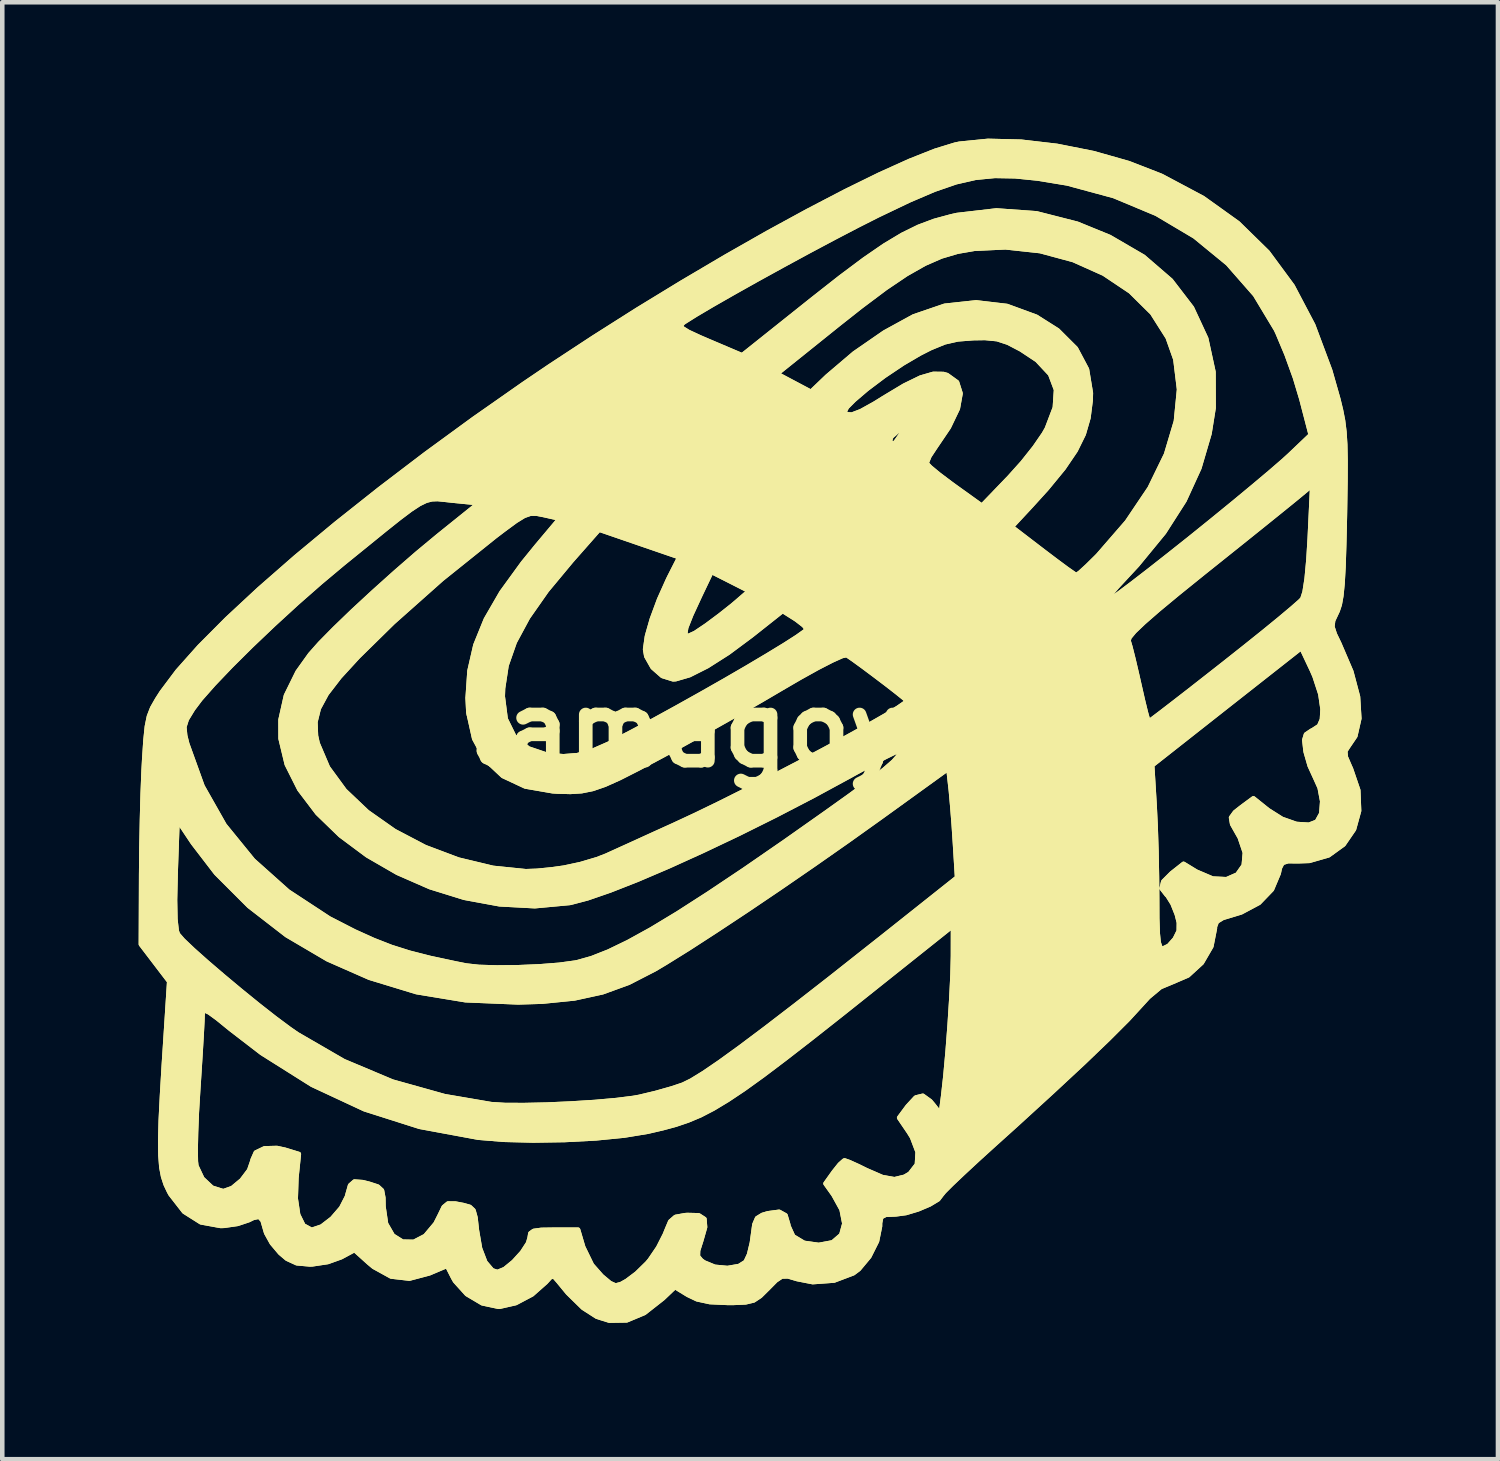
<source format=kicad_pcb>
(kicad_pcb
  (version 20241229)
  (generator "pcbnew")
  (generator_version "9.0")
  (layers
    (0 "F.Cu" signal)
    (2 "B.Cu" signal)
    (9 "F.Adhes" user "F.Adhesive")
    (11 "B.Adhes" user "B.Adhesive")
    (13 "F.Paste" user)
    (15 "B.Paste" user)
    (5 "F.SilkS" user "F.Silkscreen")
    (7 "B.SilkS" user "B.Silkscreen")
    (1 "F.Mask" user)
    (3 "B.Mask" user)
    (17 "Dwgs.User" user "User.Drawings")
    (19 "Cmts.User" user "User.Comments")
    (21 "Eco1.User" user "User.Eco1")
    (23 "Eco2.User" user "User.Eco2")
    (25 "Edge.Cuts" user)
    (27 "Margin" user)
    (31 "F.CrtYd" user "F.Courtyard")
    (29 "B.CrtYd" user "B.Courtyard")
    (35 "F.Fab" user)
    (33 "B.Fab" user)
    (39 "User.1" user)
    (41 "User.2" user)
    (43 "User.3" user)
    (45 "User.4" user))
  (footprint "tamagoyaki"
    (layer "F.Cu")
    (at 13.681 12.993)
    (property "Reference" "tamagoyaki" (at 0 0 0) (layer "F.SilkS") (effects (font (size 1.524 1.524) (thickness 0.3))))
    (attr board_only exclude_from_pos_files exclude_from_bom)
    (fp_poly (pts (xy 5.731 -12.925) (xy 6.519 -12.833) (xy 7.323 -12.673) (xy 8.098 -12.453) (xy 8.802 -12.179) (xy 8.826 -12.168) (xy 9.728 -11.688) (xy 10.499 -11.136) (xy 11.153 -10.496) (xy 11.701 -9.753) (xy 12.154 -8.892) (xy 12.526 -7.897) (xy 12.705 -7.269) (xy 12.765 -7.021) (xy 12.81 -6.791) (xy 12.84 -6.549) (xy 12.858 -6.266) (xy 12.865 -5.911) (xy 12.863 -5.455) (xy 12.854 -4.866) (xy 12.851 -4.699) (xy 12.836 -4.062) (xy 12.82 -3.571) (xy 12.799 -3.203) (xy 12.772 -2.935) (xy 12.738 -2.745) (xy 12.693 -2.609) (xy 12.671 -2.562) (xy 12.592 -2.393) (xy 12.576 -2.258) (xy 12.629 -2.093) (xy 12.729 -1.885) (xy 12.992 -1.271) (xy 13.139 -0.717) (xy 13.168 -0.239) (xy 13.08 0.148) (xy 12.92 0.384) (xy 12.859 0.48) (xy 12.871 0.609) (xy 12.963 0.823) (xy 12.983 0.865) (xy 13.145 1.34) (xy 13.163 1.792) (xy 13.051 2.198) (xy 12.822 2.532) (xy 12.491 2.771) (xy 12.069 2.892) (xy 11.841 2.9) (xy 11.6 2.899) (xy 11.477 2.938) (xy 11.42 3.049) (xy 11.395 3.168) (xy 11.246 3.521) (xy 10.962 3.816) (xy 10.57 4.025) (xy 10.423 4.07) (xy 10.165 4.148) (xy 10.035 4.228) (xy 9.992 4.34) (xy 9.991 4.379) (xy 9.913 4.774) (xy 9.704 5.134) (xy 9.399 5.413) (xy 9.047 5.564) (xy 8.795 5.669) (xy 8.53 5.89) (xy 8.372 6.063) (xy 8.081 6.38) (xy 7.658 6.803) (xy 7.105 7.334) (xy 6.42 7.971) (xy 5.605 8.716) (xy 5.143 9.132) (xy 4.775 9.466) (xy 4.455 9.763) (xy 4.202 10.003) (xy 4.037 10.168) (xy 3.979 10.239) (xy 3.905 10.337) (xy 3.716 10.451) (xy 3.463 10.558) (xy 3.197 10.638) (xy 2.973 10.668) (xy 2.752 10.677) (xy 2.652 10.728) (xy 2.626 10.858) (xy 2.625 10.932) (xy 2.559 11.258) (xy 2.389 11.597) (xy 2.158 11.874) (xy 2.037 11.964) (xy 1.614 12.124) (xy 1.146 12.158) (xy 0.804 12.091) (xy 0.602 12.031) (xy 0.466 12.034) (xy 0.335 12.121) (xy 0.161 12.297) (xy -0.009 12.465) (xy -0.154 12.561) (xy -0.33 12.603) (xy -0.597 12.615) (xy -0.728 12.615) (xy -1.117 12.597) (xy -1.398 12.536) (xy -1.599 12.44) (xy -1.885 12.265) (xy -2.149 12.516) (xy -2.558 12.837) (xy -2.946 12.999) (xy -3.329 13.005) (xy -3.601 12.92) (xy -3.906 12.724) (xy -4.241 12.396) (xy -4.443 12.15) (xy -4.542 12.036) (xy -4.619 12.045) (xy -4.728 12.164) (xy -5.028 12.429) (xy -5.387 12.619) (xy -5.738 12.699) (xy -5.766 12.7) (xy -6.122 12.624) (xy -6.461 12.423) (xy -6.721 12.135) (xy -6.764 12.059) (xy -6.896 11.799) (xy -7.288 11.965) (xy -7.726 12.081) (xy -8.127 12.035) (xy -8.511 11.823) (xy -8.62 11.732) (xy -8.932 11.451) (xy -9.227 11.61) (xy -9.522 11.716) (xy -9.861 11.767) (xy -9.913 11.769) (xy -10.203 11.743) (xy -10.418 11.644) (xy -10.569 11.516) (xy -10.751 11.3) (xy -10.874 11.078) (xy -10.889 11.029) (xy -10.954 10.803) (xy -11.031 10.718) (xy -11.161 10.746) (xy -11.261 10.795) (xy -11.506 10.877) (xy -11.806 10.92) (xy -11.879 10.922) (xy -12.311 10.843) (xy -12.681 10.609) (xy -12.979 10.226) (xy -13.011 10.168) (xy -13.086 10.009) (xy -13.142 9.837) (xy -13.181 9.633) (xy -13.201 9.373) (xy -13.203 9.241) (xy -12.428 9.241) (xy -12.424 9.501) (xy -12.413 9.601) (xy -12.281 9.881) (xy -12.067 10.082) (xy -11.82 10.16) (xy -11.819 10.16) (xy -11.622 10.09) (xy -11.415 9.918) (xy -11.249 9.698) (xy -11.176 9.486) (xy -11.176 9.474) (xy -11.103 9.309) (xy -10.912 9.217) (xy -10.64 9.21) (xy -10.464 9.248) (xy -10.158 9.342) (xy -10.212 9.866) (xy -10.227 10.322) (xy -10.174 10.677) (xy -10.058 10.912) (xy -9.886 11.006) (xy -9.864 11.007) (xy -9.656 10.937) (xy -9.427 10.761) (xy -9.225 10.527) (xy -9.099 10.281) (xy -9.086 10.232) (xy -9.029 10.031) (xy -8.934 9.948) (xy -8.753 9.961) (xy -8.607 9.998) (xy -8.421 10.059) (xy -8.33 10.143) (xy -8.3 10.304) (xy -8.297 10.493) (xy -8.241 10.875) (xy -8.091 11.136) (xy -7.877 11.27) (xy -7.629 11.275) (xy -7.377 11.144) (xy -7.15 10.873) (xy -7.057 10.689) (xy -6.97 10.508) (xy -6.876 10.431) (xy -6.715 10.432) (xy -6.541 10.465) (xy -6.398 10.505) (xy -6.317 10.581) (xy -6.273 10.739) (xy -6.242 11.018) (xy -6.173 11.418) (xy -6.057 11.721) (xy -5.905 11.9) (xy -5.789 11.938) (xy -5.631 11.873) (xy -5.434 11.712) (xy -5.246 11.505) (xy -5.114 11.302) (xy -5.08 11.184) (xy -5.064 11.087) (xy -4.992 11.034) (xy -4.824 11.011) (xy -4.548 11.007) (xy -4.016 11.007) (xy -3.904 11.387) (xy -3.712 11.782) (xy -3.497 12.026) (xy -3.313 12.18) (xy -3.192 12.235) (xy -3.07 12.203) (xy -2.944 12.132) (xy -2.725 11.967) (xy -2.495 11.742) (xy -2.437 11.673) (xy -2.252 11.401) (xy -2.103 11.107) (xy -2.076 11.038) (xy -1.987 10.826) (xy -1.872 10.726) (xy -1.665 10.688) (xy -1.616 10.684) (xy -1.363 10.69) (xy -1.237 10.771) (xy -1.223 10.95) (xy -1.306 11.242) (xy -1.377 11.465) (xy -1.381 11.591) (xy -1.309 11.679) (xy -1.247 11.725) (xy -1.01 11.823) (xy -0.729 11.85) (xy -0.473 11.806) (xy -0.329 11.715) (xy -0.253 11.552) (xy -0.191 11.294) (xy -0.171 11.148) (xy -0.136 10.892) (xy -0.077 10.754) (xy 0.04 10.682) (xy 0.16 10.646) (xy 0.407 10.613) (xy 0.546 10.69) (xy 0.608 10.898) (xy 0.611 10.924) (xy 0.715 11.153) (xy 0.953 11.296) (xy 1.278 11.342) (xy 1.584 11.285) (xy 1.775 11.121) (xy 1.843 10.872) (xy 1.782 10.561) (xy 1.604 10.238) (xy 1.428 9.991) (xy 1.609 9.737) (xy 1.741 9.571) (xy 1.837 9.486) (xy 1.847 9.483) (xy 1.949 9.519) (xy 2.15 9.61) (xy 2.322 9.695) (xy 2.676 9.849) (xy 2.944 9.897) (xy 3.169 9.842) (xy 3.283 9.774) (xy 3.439 9.572) (xy 3.455 9.297) (xy 3.332 8.972) (xy 3.26 8.856) (xy 3.048 8.544) (xy 3.233 8.294) (xy 3.413 8.099) (xy 3.567 8.061) (xy 3.731 8.179) (xy 3.796 8.256) (xy 3.963 8.469) (xy 4.016 8.066) (xy 4.065 7.627) (xy 4.114 7.087) (xy 4.159 6.499) (xy 4.196 5.918) (xy 4.222 5.396) (xy 4.232 4.987) (xy 4.232 4.974) (xy 4.233 4.318) (xy 2.603 5.617) (xy 1.805 6.253) (xy 1.124 6.79) (xy 0.544 7.24) (xy 0.053 7.611) (xy -0.365 7.912) (xy -0.725 8.152) (xy -1.04 8.342) (xy -1.326 8.49) (xy -1.598 8.604) (xy -1.869 8.696) (xy -2.154 8.773) (xy -2.469 8.846) (xy -2.498 8.852) (xy -3.003 8.935) (xy -3.623 8.996) (xy -4.307 9.032) (xy -5.001 9.043) (xy -5.652 9.027) (xy -6.209 8.981) (xy -6.215 8.98) (xy -7.5 8.742) (xy -8.713 8.356) (xy -9.867 7.818) (xy -10.974 7.121) (xy -11.663 6.591) (xy -11.948 6.359) (xy -12.129 6.227) (xy -12.228 6.181) (xy -12.269 6.211) (xy -12.276 6.281) (xy -12.281 6.428) (xy -12.296 6.712) (xy -12.319 7.1) (xy -12.348 7.559) (xy -12.372 7.927) (xy -12.402 8.421) (xy -12.42 8.87) (xy -12.428 9.241) (xy -13.203 9.241) (xy -13.205 9.037) (xy -13.194 8.602) (xy -13.166 8.049) (xy -13.125 7.355) (xy -13.109 7.112) (xy -13.008 5.545) (xy -13.631 4.728) (xy -13.627 3.753) (xy -12.882 3.753) (xy -12.874 4.174) (xy -12.845 4.433) (xy -12.819 4.508) (xy -12.706 4.638) (xy -12.484 4.849) (xy -12.181 5.119) (xy -11.823 5.426) (xy -11.437 5.748) (xy -11.048 6.064) (xy -10.683 6.35) (xy -10.369 6.584) (xy -10.195 6.705) (xy -9.173 7.297) (xy -8.101 7.748) (xy -6.95 8.07) (xy -5.927 8.245) (xy -5.629 8.264) (xy -5.208 8.266) (xy -4.708 8.255) (xy -4.173 8.231) (xy -3.647 8.198) (xy -3.175 8.156) (xy -2.802 8.109) (xy -2.673 8.086) (xy -2.308 7.999) (xy -1.948 7.897) (xy -1.71 7.817) (xy -1.525 7.726) (xy -1.258 7.562) (xy -0.903 7.32) (xy -0.454 6.995) (xy 0.098 6.581) (xy 0.757 6.075) (xy 1.532 5.471) (xy 2.428 4.763) (xy 2.645 4.592) (xy 4.322 3.26) (xy 4.275 2.498) (xy 4.248 2.09) (xy 4.216 1.687) (xy 4.187 1.362) (xy 4.18 1.299) (xy 4.131 0.862) (xy 2.637 1.941) (xy 1.914 2.457) (xy 1.167 2.98) (xy 0.419 3.495) (xy -0.305 3.984) (xy -0.981 4.431) (xy -1.583 4.821) (xy -2.088 5.135) (xy -2.328 5.278) (xy -2.904 5.574) (xy -3.479 5.783) (xy -4.098 5.918) (xy -4.806 5.989) (xy -5.334 6.005) (xy -6.492 5.957) (xy -7.569 5.779) (xy -8.605 5.463) (xy -9.525 5.058) (xy -10.426 4.528) (xy -11.254 3.887) (xy -11.977 3.164) (xy -12.488 2.498) (xy -12.827 1.99) (xy -12.869 3.175) (xy -12.882 3.753) (xy -13.627 3.753) (xy -13.625 3.19) (xy -13.619 2.604) (xy -13.607 1.991) (xy -13.591 1.405) (xy -13.571 0.901) (xy -13.558 0.665) (xy -13.53 0.238) (xy -13.5 -0.053) (xy -12.677 -0.053) (xy -12.659 0.137) (xy -12.614 0.317) (xy -12.277 1.251) (xy -11.792 2.107) (xy -11.163 2.88) (xy -10.395 3.566) (xy -9.491 4.159) (xy -8.932 4.446) (xy -8.511 4.636) (xy -8.125 4.787) (xy -7.727 4.913) (xy -7.273 5.029) (xy -6.713 5.149) (xy -6.477 5.196) (xy -6.197 5.227) (xy -5.8 5.239) (xy -5.339 5.234) (xy -4.864 5.214) (xy -4.429 5.18) (xy -4.085 5.133) (xy -4.035 5.124) (xy -3.716 5.034) (xy -3.346 4.888) (xy -2.914 4.679) (xy -2.41 4.401) (xy -1.824 4.047) (xy -1.146 3.611) (xy -0.364 3.088) (xy 0.53 2.471) (xy 1.425 1.84) (xy 1.982 1.442) (xy 2.409 1.126) (xy 2.719 0.885) (xy 2.828 0.79) (xy 8.612 0.79) (xy 8.666 1.678) (xy 8.688 2.13) (xy 8.706 2.678) (xy 8.717 3.248) (xy 8.721 3.696) (xy 8.723 4.162) (xy 8.734 4.484) (xy 8.754 4.685) (xy 8.788 4.791) (xy 8.836 4.825) (xy 8.846 4.826) (xy 8.978 4.761) (xy 9.112 4.61) (xy 9.199 4.434) (xy 9.201 4.25) (xy 9.156 4.07) (xy 9.062 3.834) (xy 8.954 3.661) (xy 8.932 3.64) (xy 8.823 3.499) (xy 8.857 3.35) (xy 9.04 3.167) (xy 9.059 3.152) (xy 9.303 2.959) (xy 9.583 3.13) (xy 9.941 3.283) (xy 10.249 3.298) (xy 10.486 3.194) (xy 10.628 2.992) (xy 10.653 2.713) (xy 10.539 2.376) (xy 10.498 2.305) (xy 10.373 2.083) (xy 10.349 1.942) (xy 10.434 1.824) (xy 10.584 1.706) (xy 10.839 1.518) (xy 11.163 1.778) (xy 11.469 1.971) (xy 11.784 2.082) (xy 12.061 2.1) (xy 12.234 2.033) (xy 12.334 1.852) (xy 12.354 1.582) (xy 12.298 1.284) (xy 12.201 1.068) (xy 12.079 0.802) (xy 11.991 0.497) (xy 11.985 0.46) (xy 11.96 0.234) (xy 11.997 0.112) (xy 12.119 0.03) (xy 12.145 0.018) (xy 12.286 -0.074) (xy 12.348 -0.218) (xy 12.361 -0.443) (xy 12.313 -0.777) (xy 12.185 -1.169) (xy 12.128 -1.299) (xy 11.895 -1.793) (xy 10.253 -0.502) (xy 8.612 0.79) (xy 2.828 0.79) (xy 2.922 0.708) (xy 3.031 0.584) (xy 3.056 0.505) (xy 3.037 0.475) (xy 2.956 0.505) (xy 2.755 0.603) (xy 2.46 0.758) (xy 2.099 0.953) (xy 1.947 1.037) (xy 1.149 1.47) (xy 0.332 1.894) (xy -0.482 2.299) (xy -1.274 2.675) (xy -2.023 3.015) (xy -2.709 3.308) (xy -3.31 3.544) (xy -3.808 3.716) (xy -4.18 3.814) (xy -4.204 3.818) (xy -4.966 3.889) (xy -5.743 3.847) (xy -6.518 3.704) (xy -7.272 3.47) (xy -7.989 3.156) (xy -8.652 2.773) (xy -9.244 2.332) (xy -9.748 1.844) (xy -10.146 1.319) (xy -10.422 0.769) (xy -10.558 0.204) (xy -10.559 -0.161) (xy -9.794 -0.161) (xy -9.782 0.141) (xy -9.745 0.308) (xy -9.519 0.839) (xy -9.148 1.346) (xy -8.652 1.817) (xy -8.056 2.236) (xy -7.381 2.59) (xy -6.651 2.865) (xy -5.888 3.048) (xy -5.165 3.122) (xy -4.919 3.113) (xy -4.589 3.08) (xy -4.326 3.043) (xy -3.962 2.965) (xy -3.598 2.857) (xy -3.394 2.778) (xy -3.172 2.677) (xy -2.837 2.525) (xy -2.432 2.34) (xy -1.998 2.143) (xy -1.905 2.101) (xy -1.437 1.883) (xy -0.911 1.628) (xy -0.347 1.346) (xy 0.235 1.05) (xy 0.817 0.747) (xy 1.378 0.45) (xy 1.899 0.169) (xy 2.36 -0.086) (xy 2.741 -0.304) (xy 3.022 -0.476) (xy 3.185 -0.589) (xy 3.217 -0.628) (xy 3.155 -0.686) (xy 2.992 -0.817) (xy 2.763 -0.995) (xy 2.503 -1.192) (xy 2.25 -1.381) (xy 2.037 -1.536) (xy 1.9 -1.63) (xy 1.892 -1.635) (xy 1.791 -1.613) (xy 1.571 -1.514) (xy 1.258 -1.353) (xy 0.878 -1.142) (xy 0.537 -0.944) (xy 0.018 -0.639) (xy -0.591 -0.29) (xy -1.232 0.071) (xy -1.845 0.41) (xy -2.159 0.58) (xy -2.688 0.862) (xy -3.1 1.071) (xy -3.425 1.217) (xy -3.694 1.31) (xy -3.938 1.359) (xy -4.186 1.375) (xy -4.469 1.367) (xy -4.572 1.361) (xy -5.176 1.256) (xy -5.669 1.025) (xy -6.045 0.673) (xy -6.299 0.205) (xy -6.428 -0.373) (xy -6.444 -0.693) (xy -6.441 -0.725) (xy -5.673 -0.725) (xy -5.609 -0.228) (xy -5.42 0.155) (xy -5.111 0.42) (xy -4.683 0.565) (xy -4.337 0.593) (xy -4.033 0.569) (xy -3.728 0.486) (xy -3.361 0.325) (xy -3.279 0.285) (xy -2.848 0.062) (xy -2.363 -0.197) (xy -1.844 -0.482) (xy -1.313 -0.779) (xy -0.789 -1.077) (xy -0.295 -1.364) (xy 0.149 -1.628) (xy 0.523 -1.856) (xy 0.67 -1.95) (xy 8.092 -1.95) (xy 8.132 -1.815) (xy 8.197 -1.557) (xy 8.276 -1.22) (xy 8.327 -0.995) (xy 8.406 -0.648) (xy 8.473 -0.373) (xy 8.52 -0.205) (xy 8.536 -0.17) (xy 8.607 -0.22) (xy 8.792 -0.36) (xy 9.074 -0.577) (xy 9.434 -0.856) (xy 9.853 -1.184) (xy 10.187 -1.446) (xy 10.644 -1.808) (xy 11.061 -2.142) (xy 11.416 -2.432) (xy 11.691 -2.663) (xy 11.865 -2.816) (xy 11.917 -2.869) (xy 11.966 -3.02) (xy 12.012 -3.317) (xy 12.051 -3.738) (xy 12.079 -4.195) (xy 12.135 -5.373) (xy 11.804 -5.099) (xy 11.647 -4.971) (xy 11.38 -4.755) (xy 11.025 -4.469) (xy 10.604 -4.131) (xy 10.139 -3.759) (xy 9.756 -3.453) (xy 9.19 -2.996) (xy 8.752 -2.633) (xy 8.432 -2.354) (xy 8.221 -2.153) (xy 8.111 -2.02) (xy 8.092 -1.95) (xy 0.67 -1.95) (xy 0.805 -2.037) (xy 0.975 -2.158) (xy 1.016 -2.203) (xy 0.951 -2.287) (xy 0.791 -2.411) (xy 0.75 -2.438) (xy 0.484 -2.606) (xy -0.202 -2.063) (xy -0.712 -1.684) (xy -1.174 -1.39) (xy -1.565 -1.193) (xy -1.867 -1.105) (xy -1.925 -1.101) (xy -2.162 -1.175) (xy -2.375 -1.362) (xy -2.514 -1.608) (xy -2.54 -1.761) (xy -2.5 -2.043) (xy -2.489 -2.085) (xy -1.662 -2.085) (xy -1.598 -2.049) (xy -1.443 -2.119) (xy -1.195 -2.286) (xy -1.177 -2.299) (xy -0.898 -2.507) (xy -0.625 -2.723) (xy -0.528 -2.805) (xy -0.252 -3.044) (xy -0.667 -3.255) (xy -1.082 -3.465) (xy -1.333 -2.939) (xy -1.527 -2.519) (xy -1.638 -2.238) (xy -1.662 -2.085) (xy -2.489 -2.085) (xy -2.392 -2.424) (xy -2.231 -2.859) (xy -2.033 -3.3) (xy -2.006 -3.355) (xy -1.787 -3.786) (xy -2.671 -4.09) (xy -3.554 -4.394) (xy -4.156 -3.711) (xy -4.704 -3.052) (xy -5.118 -2.461) (xy -5.41 -1.919) (xy -5.59 -1.405) (xy -5.667 -0.899) (xy -5.673 -0.725) (xy -6.441 -0.725) (xy -6.403 -1.286) (xy -6.273 -1.853) (xy -6.043 -2.419) (xy -5.7 -3.012) (xy -5.233 -3.655) (xy -4.926 -4.033) (xy -4.419 -4.636) (xy -4.771 -4.715) (xy -4.931 -4.746) (xy -5.063 -4.745) (xy -5.203 -4.696) (xy -5.385 -4.584) (xy -5.645 -4.393) (xy -5.842 -4.243) (xy -7.015 -3.302) (xy -8.085 -2.351) (xy -8.852 -1.598) (xy -9.261 -1.152) (xy -9.546 -0.782) (xy -9.72 -0.46) (xy -9.794 -0.161) (xy -10.559 -0.161) (xy -10.559 -0.212) (xy -10.44 -0.743) (xy -10.184 -1.263) (xy -9.91 -1.646) (xy -9.694 -1.89) (xy -9.373 -2.216) (xy -8.973 -2.602) (xy -8.52 -3.021) (xy -8.041 -3.451) (xy -7.561 -3.868) (xy -7.106 -4.246) (xy -7.043 -4.297) (xy -6.2 -4.975) (xy -6.785 -5.033) (xy -6.964 -5.053) (xy -7.106 -5.067) (xy -7.232 -5.062) (xy -7.359 -5.029) (xy -7.507 -4.957) (xy -7.695 -4.834) (xy -7.941 -4.649) (xy -8.264 -4.392) (xy -8.684 -4.051) (xy -9.186 -3.644) (xy -9.679 -3.231) (xy -10.194 -2.779) (xy -10.709 -2.307) (xy -11.201 -1.839) (xy -11.649 -1.394) (xy -12.03 -0.995) (xy -12.322 -0.664) (xy -12.487 -0.445) (xy -12.624 -0.22) (xy -12.677 -0.053) (xy -13.5 -0.053) (xy -13.499 -0.064) (xy -13.454 -0.284) (xy -13.383 -0.468) (xy -13.275 -0.658) (xy -13.173 -0.817) (xy -12.825 -1.281) (xy -12.344 -1.821) (xy -11.742 -2.426) (xy -11.033 -3.085) (xy -10.228 -3.789) (xy -9.34 -4.526) (xy -8.382 -5.286) (xy -7.367 -6.059) (xy -6.978 -6.343) (xy 2.841 -6.343) (xy 2.842 -6.341) (xy 2.899 -6.276) (xy 2.964 -6.31) (xy 3.074 -6.465) (xy 3.086 -6.483) (xy 3.229 -6.7) (xy 3.012 -6.558) (xy 2.874 -6.438) (xy 2.841 -6.343) (xy -6.978 -6.343) (xy -6.307 -6.833) (xy -6.081 -6.991) (xy 1.847 -6.991) (xy 1.883 -6.933) (xy 1.888 -6.93) (xy 2.007 -6.922) (xy 2.208 -6.999) (xy 2.513 -7.169) (xy 2.697 -7.284) (xy 3.16 -7.562) (xy 3.519 -7.737) (xy 3.798 -7.818) (xy 4.021 -7.815) (xy 4.101 -7.792) (xy 4.319 -7.635) (xy 4.397 -7.389) (xy 4.337 -7.057) (xy 4.139 -6.644) (xy 3.838 -6.199) (xy 3.712 -6.008) (xy 3.655 -5.869) (xy 3.656 -5.844) (xy 3.733 -5.763) (xy 3.915 -5.612) (xy 4.169 -5.42) (xy 4.276 -5.342) (xy 4.868 -4.917) (xy 5.473 -5.546) (xy 5.761 -5.867) (xy 6.027 -6.202) (xy 6.232 -6.5) (xy 6.298 -6.617) (xy 6.473 -7.077) (xy 6.499 -7.47) (xy 6.37 -7.813) (xy 6.081 -8.122) (xy 5.728 -8.356) (xy 5.441 -8.506) (xy 5.203 -8.584) (xy 4.936 -8.61) (xy 4.679 -8.606) (xy 4.336 -8.579) (xy 4.046 -8.513) (xy 3.737 -8.386) (xy 3.503 -8.267) (xy 3.131 -8.049) (xy 2.719 -7.773) (xy 2.351 -7.496) (xy 2.327 -7.477) (xy 2.052 -7.242) (xy 1.898 -7.087) (xy 1.847 -6.991) (xy -6.081 -6.991) (xy -5.214 -7.598) (xy -4.885 -7.821) (xy 0.358 -7.821) (xy 0.733 -7.622) (xy 1.108 -7.423) (xy 1.464 -7.764) (xy 2.06 -8.271) (xy 2.724 -8.73) (xy 3.366 -9.082) (xy 4.049 -9.316) (xy 4.741 -9.391) (xy 5.419 -9.311) (xy 6.06 -9.076) (xy 6.533 -8.777) (xy 6.934 -8.377) (xy 7.177 -7.919) (xy 7.263 -7.399) (xy 7.259 -7.239) (xy 7.21 -6.852) (xy 7.106 -6.493) (xy 6.929 -6.134) (xy 6.665 -5.745) (xy 6.298 -5.298) (xy 5.957 -4.922) (xy 5.522 -4.454) (xy 6.211 -3.926) (xy 6.503 -3.705) (xy 6.742 -3.528) (xy 6.9 -3.418) (xy 6.946 -3.392) (xy 7.022 -3.446) (xy 7.182 -3.592) (xy 7.394 -3.801) (xy 7.423 -3.831) (xy 8.058 -4.563) (xy 8.558 -5.306) (xy 8.919 -6.048) (xy 9.136 -6.776) (xy 9.205 -7.477) (xy 9.124 -8.141) (xy 8.955 -8.618) (xy 8.612 -9.159) (xy 8.135 -9.631) (xy 7.548 -10.024) (xy 6.878 -10.324) (xy 6.149 -10.521) (xy 5.386 -10.604) (xy 4.704 -10.572) (xy 4.332 -10.508) (xy 3.974 -10.402) (xy 3.606 -10.241) (xy 3.205 -10.013) (xy 2.747 -9.704) (xy 2.208 -9.3) (xy 1.724 -8.918) (xy 0.358 -7.821) (xy -4.885 -7.821) (xy -4.637 -7.989) (xy -3.682 -8.616) (xy -3.255 -8.887) (xy -1.754 -8.887) (xy -1.724 -8.825) (xy -1.591 -8.742) (xy -1.335 -8.623) (xy -1.128 -8.534) (xy -0.406 -8.227) (xy 1.131 -9.453) (xy 1.757 -9.945) (xy 2.281 -10.337) (xy 2.726 -10.643) (xy 3.116 -10.877) (xy 3.474 -11.053) (xy 3.824 -11.184) (xy 4.19 -11.283) (xy 4.318 -11.312) (xy 5.186 -11.413) (xy 6.065 -11.35) (xy 6.963 -11.121) (xy 7.675 -10.83) (xy 8.42 -10.396) (xy 9.025 -9.874) (xy 9.487 -9.272) (xy 9.8 -8.598) (xy 9.96 -7.862) (xy 9.963 -7.071) (xy 9.873 -6.507) (xy 9.65 -5.748) (xy 9.323 -5.033) (xy 8.874 -4.331) (xy 8.286 -3.615) (xy 8.054 -3.365) (xy 7.827 -3.12) (xy 7.666 -2.927) (xy 7.59 -2.813) (xy 7.593 -2.794) (xy 7.68 -2.845) (xy 7.88 -2.989) (xy 8.175 -3.211) (xy 8.547 -3.498) (xy 8.977 -3.836) (xy 9.423 -4.19) (xy 9.92 -4.591) (xy 10.4 -4.983) (xy 10.838 -5.346) (xy 11.21 -5.659) (xy 11.492 -5.903) (xy 11.634 -6.032) (xy 12.101 -6.477) (xy 11.895 -7.269) (xy 11.755 -7.735) (xy 11.569 -8.249) (xy 11.374 -8.714) (xy 11.337 -8.793) (xy 10.876 -9.559) (xy 10.275 -10.245) (xy 9.548 -10.841) (xy 8.708 -11.34) (xy 7.77 -11.732) (xy 6.747 -12.009) (xy 6.102 -12.116) (xy 5.599 -12.167) (xy 5.153 -12.175) (xy 4.73 -12.134) (xy 4.296 -12.035) (xy 3.818 -11.87) (xy 3.264 -11.633) (xy 2.599 -11.315) (xy 2.582 -11.307) (xy 2.137 -11.082) (xy 1.623 -10.814) (xy 1.065 -10.517) (xy 0.492 -10.206) (xy -0.071 -9.896) (xy -0.595 -9.602) (xy -1.055 -9.339) (xy -1.424 -9.121) (xy -1.673 -8.964) (xy -1.704 -8.943) (xy -1.754 -8.887) (xy -3.255 -8.887) (xy -2.711 -9.232) (xy -1.738 -9.826) (xy -0.779 -10.392) (xy 0.152 -10.922) (xy 1.038 -11.405) (xy 1.865 -11.836) (xy 2.617 -12.205) (xy 3.28 -12.504) (xy 3.838 -12.725) (xy 4.277 -12.86) (xy 4.372 -12.88) (xy 5 -12.943)) (stroke (width 0) (type solid)) (fill yes) (layer "F.SilkS"))
    (fp_poly (pts (xy 5.731 -12.925) (xy 6.519 -12.833) (xy 7.323 -12.673) (xy 8.098 -12.453) (xy 8.802 -12.179) (xy 8.826 -12.168) (xy 9.728 -11.688) (xy 10.499 -11.136) (xy 11.153 -10.496) (xy 11.701 -9.753) (xy 12.154 -8.892) (xy 12.526 -7.897) (xy 12.705 -7.269) (xy 12.765 -7.021) (xy 12.81 -6.791) (xy 12.84 -6.549) (xy 12.858 -6.266) (xy 12.865 -5.911) (xy 12.863 -5.455) (xy 12.854 -4.866) (xy 12.851 -4.699) (xy 12.836 -4.062) (xy 12.82 -3.571) (xy 12.799 -3.203) (xy 12.772 -2.935) (xy 12.738 -2.745) (xy 12.693 -2.609) (xy 12.671 -2.562) (xy 12.592 -2.393) (xy 12.576 -2.258) (xy 12.629 -2.093) (xy 12.729 -1.885) (xy 12.992 -1.271) (xy 13.139 -0.717) (xy 13.168 -0.239) (xy 13.08 0.148) (xy 12.92 0.384) (xy 12.859 0.48) (xy 12.871 0.609) (xy 12.963 0.823) (xy 12.983 0.865) (xy 13.145 1.34) (xy 13.163 1.792) (xy 13.051 2.198) (xy 12.822 2.532) (xy 12.491 2.771) (xy 12.069 2.892) (xy 11.841 2.9) (xy 11.6 2.899) (xy 11.477 2.938) (xy 11.42 3.049) (xy 11.395 3.168) (xy 11.246 3.521) (xy 10.962 3.816) (xy 10.57 4.025) (xy 10.423 4.07) (xy 10.165 4.148) (xy 10.035 4.228) (xy 9.992 4.34) (xy 9.991 4.379) (xy 9.913 4.774) (xy 9.704 5.134) (xy 9.399 5.413) (xy 9.047 5.564) (xy 8.795 5.669) (xy 8.53 5.89) (xy 8.372 6.063) (xy 8.081 6.38) (xy 7.658 6.803) (xy 7.105 7.334) (xy 6.42 7.971) (xy 5.605 8.716) (xy 5.143 9.132) (xy 4.775 9.466) (xy 4.455 9.763) (xy 4.202 10.003) (xy 4.037 10.168) (xy 3.979 10.239) (xy 3.905 10.337) (xy 3.716 10.451) (xy 3.463 10.558) (xy 3.197 10.638) (xy 2.973 10.668) (xy 2.752 10.677) (xy 2.652 10.728) (xy 2.626 10.858) (xy 2.625 10.932) (xy 2.559 11.258) (xy 2.389 11.597) (xy 2.158 11.874) (xy 2.037 11.964) (xy 1.614 12.124) (xy 1.146 12.158) (xy 0.804 12.091) (xy 0.602 12.031) (xy 0.466 12.034) (xy 0.335 12.121) (xy 0.161 12.297) (xy -0.009 12.465) (xy -0.154 12.561) (xy -0.33 12.603) (xy -0.597 12.615) (xy -0.728 12.615) (xy -1.117 12.597) (xy -1.398 12.536) (xy -1.599 12.44) (xy -1.885 12.265) (xy -2.149 12.516) (xy -2.558 12.837) (xy -2.946 12.999) (xy -3.329 13.005) (xy -3.601 12.92) (xy -3.906 12.724) (xy -4.241 12.396) (xy -4.443 12.15) (xy -4.542 12.036) (xy -4.619 12.045) (xy -4.728 12.164) (xy -5.028 12.429) (xy -5.387 12.619) (xy -5.738 12.699) (xy -5.766 12.7) (xy -6.122 12.624) (xy -6.461 12.423) (xy -6.721 12.135) (xy -6.764 12.059) (xy -6.896 11.799) (xy -7.288 11.965) (xy -7.726 12.081) (xy -8.127 12.035) (xy -8.511 11.823) (xy -8.62 11.732) (xy -8.932 11.451) (xy -9.227 11.61) (xy -9.522 11.716) (xy -9.861 11.767) (xy -9.913 11.769) (xy -10.203 11.743) (xy -10.418 11.644) (xy -10.569 11.516) (xy -10.751 11.3) (xy -10.874 11.078) (xy -10.889 11.029) (xy -10.954 10.803) (xy -11.031 10.718) (xy -11.161 10.746) (xy -11.261 10.795) (xy -11.506 10.877) (xy -11.806 10.92) (xy -11.879 10.922) (xy -12.311 10.843) (xy -12.681 10.609) (xy -12.979 10.226) (xy -13.011 10.168) (xy -13.086 10.009) (xy -13.142 9.837) (xy -13.181 9.633) (xy -13.201 9.373) (xy -13.203 9.241) (xy -12.428 9.241) (xy -12.424 9.501) (xy -12.413 9.601) (xy -12.281 9.881) (xy -12.067 10.082) (xy -11.82 10.16) (xy -11.819 10.16) (xy -11.622 10.09) (xy -11.415 9.918) (xy -11.249 9.698) (xy -11.176 9.486) (xy -11.176 9.474) (xy -11.103 9.309) (xy -10.912 9.217) (xy -10.64 9.21) (xy -10.464 9.248) (xy -10.158 9.342) (xy -10.212 9.866) (xy -10.227 10.322) (xy -10.174 10.677) (xy -10.058 10.912) (xy -9.886 11.006) (xy -9.864 11.007) (xy -9.656 10.937) (xy -9.427 10.761) (xy -9.225 10.527) (xy -9.099 10.281) (xy -9.086 10.232) (xy -9.029 10.031) (xy -8.934 9.948) (xy -8.753 9.961) (xy -8.607 9.998) (xy -8.421 10.059) (xy -8.33 10.143) (xy -8.3 10.304) (xy -8.297 10.493) (xy -8.241 10.875) (xy -8.091 11.136) (xy -7.877 11.27) (xy -7.629 11.275) (xy -7.377 11.144) (xy -7.15 10.873) (xy -7.057 10.689) (xy -6.97 10.508) (xy -6.876 10.431) (xy -6.715 10.432) (xy -6.541 10.465) (xy -6.398 10.505) (xy -6.317 10.581) (xy -6.273 10.739) (xy -6.242 11.018) (xy -6.173 11.418) (xy -6.057 11.721) (xy -5.905 11.9) (xy -5.789 11.938) (xy -5.631 11.873) (xy -5.434 11.712) (xy -5.246 11.505) (xy -5.114 11.302) (xy -5.08 11.184) (xy -5.064 11.087) (xy -4.992 11.034) (xy -4.824 11.011) (xy -4.548 11.007) (xy -4.016 11.007) (xy -3.904 11.387) (xy -3.712 11.782) (xy -3.497 12.026) (xy -3.313 12.18) (xy -3.192 12.235) (xy -3.07 12.203) (xy -2.944 12.132) (xy -2.725 11.967) (xy -2.495 11.742) (xy -2.437 11.673) (xy -2.252 11.401) (xy -2.103 11.107) (xy -2.076 11.038) (xy -1.987 10.826) (xy -1.872 10.726) (xy -1.665 10.688) (xy -1.616 10.684) (xy -1.363 10.69) (xy -1.237 10.771) (xy -1.223 10.95) (xy -1.306 11.242) (xy -1.377 11.465) (xy -1.381 11.591) (xy -1.309 11.679) (xy -1.247 11.725) (xy -1.01 11.823) (xy -0.729 11.85) (xy -0.473 11.806) (xy -0.329 11.715) (xy -0.253 11.552) (xy -0.191 11.294) (xy -0.171 11.148) (xy -0.136 10.892) (xy -0.077 10.754) (xy 0.04 10.682) (xy 0.16 10.646) (xy 0.407 10.613) (xy 0.546 10.69) (xy 0.608 10.898) (xy 0.611 10.924) (xy 0.715 11.153) (xy 0.953 11.296) (xy 1.278 11.342) (xy 1.584 11.285) (xy 1.775 11.121) (xy 1.843 10.872) (xy 1.782 10.561) (xy 1.604 10.238) (xy 1.428 9.991) (xy 1.609 9.737) (xy 1.741 9.571) (xy 1.837 9.486) (xy 1.847 9.483) (xy 1.949 9.519) (xy 2.15 9.61) (xy 2.322 9.695) (xy 2.676 9.849) (xy 2.944 9.897) (xy 3.169 9.842) (xy 3.283 9.774) (xy 3.439 9.572) (xy 3.455 9.297) (xy 3.332 8.972) (xy 3.26 8.856) (xy 3.048 8.544) (xy 3.233 8.294) (xy 3.413 8.099) (xy 3.567 8.061) (xy 3.731 8.179) (xy 3.796 8.256) (xy 3.963 8.469) (xy 4.016 8.066) (xy 4.065 7.627) (xy 4.114 7.087) (xy 4.159 6.499) (xy 4.196 5.918) (xy 4.222 5.396) (xy 4.232 4.987) (xy 4.232 4.974) (xy 4.233 4.318) (xy 2.603 5.617) (xy 1.805 6.253) (xy 1.124 6.79) (xy 0.544 7.24) (xy 0.053 7.611) (xy -0.365 7.912) (xy -0.725 8.152) (xy -1.04 8.342) (xy -1.326 8.49) (xy -1.598 8.604) (xy -1.869 8.696) (xy -2.154 8.773) (xy -2.469 8.846) (xy -2.498 8.852) (xy -3.003 8.935) (xy -3.623 8.996) (xy -4.307 9.032) (xy -5.001 9.043) (xy -5.652 9.027) (xy -6.209 8.981) (xy -6.215 8.98) (xy -7.5 8.742) (xy -8.713 8.356) (xy -9.867 7.818) (xy -10.974 7.121) (xy -11.663 6.591) (xy -11.948 6.359) (xy -12.129 6.227) (xy -12.228 6.181) (xy -12.269 6.211) (xy -12.276 6.281) (xy -12.281 6.428) (xy -12.296 6.712) (xy -12.319 7.1) (xy -12.348 7.559) (xy -12.372 7.927) (xy -12.402 8.421) (xy -12.42 8.87) (xy -12.428 9.241) (xy -13.203 9.241) (xy -13.205 9.037) (xy -13.194 8.602) (xy -13.166 8.049) (xy -13.125 7.355) (xy -13.109 7.112) (xy -13.008 5.545) (xy -13.631 4.728) (xy -13.627 3.753) (xy -12.882 3.753) (xy -12.874 4.174) (xy -12.845 4.433) (xy -12.819 4.508) (xy -12.706 4.638) (xy -12.484 4.849) (xy -12.181 5.119) (xy -11.823 5.426) (xy -11.437 5.748) (xy -11.048 6.064) (xy -10.683 6.35) (xy -10.369 6.584) (xy -10.195 6.705) (xy -9.173 7.297) (xy -8.101 7.748) (xy -6.95 8.07) (xy -5.927 8.245) (xy -5.629 8.264) (xy -5.208 8.266) (xy -4.708 8.255) (xy -4.173 8.231) (xy -3.647 8.198) (xy -3.175 8.156) (xy -2.802 8.109) (xy -2.673 8.086) (xy -2.308 7.999) (xy -1.948 7.897) (xy -1.71 7.817) (xy -1.525 7.726) (xy -1.258 7.562) (xy -0.903 7.32) (xy -0.454 6.995) (xy 0.098 6.581) (xy 0.757 6.075) (xy 1.532 5.471) (xy 2.428 4.763) (xy 2.645 4.592) (xy 4.322 3.26) (xy 4.275 2.498) (xy 4.248 2.09) (xy 4.216 1.687) (xy 4.187 1.362) (xy 4.18 1.299) (xy 4.131 0.862) (xy 2.637 1.941) (xy 1.914 2.457) (xy 1.167 2.98) (xy 0.419 3.495) (xy -0.305 3.984) (xy -0.981 4.431) (xy -1.583 4.821) (xy -2.088 5.135) (xy -2.328 5.278) (xy -2.904 5.574) (xy -3.479 5.783) (xy -4.098 5.918) (xy -4.806 5.989) (xy -5.334 6.005) (xy -6.492 5.957) (xy -7.569 5.779) (xy -8.605 5.463) (xy -9.525 5.058) (xy -10.426 4.528) (xy -11.254 3.887) (xy -11.977 3.164) (xy -12.488 2.498) (xy -12.827 1.99) (xy -12.869 3.175) (xy -12.882 3.753) (xy -13.627 3.753) (xy -13.625 3.19) (xy -13.619 2.604) (xy -13.607 1.991) (xy -13.591 1.405) (xy -13.571 0.901) (xy -13.558 0.665) (xy -13.53 0.238) (xy -13.5 -0.053) (xy -12.677 -0.053) (xy -12.659 0.137) (xy -12.614 0.317) (xy -12.277 1.251) (xy -11.792 2.107) (xy -11.163 2.88) (xy -10.395 3.566) (xy -9.491 4.159) (xy -8.932 4.446) (xy -8.511 4.636) (xy -8.125 4.787) (xy -7.727 4.913) (xy -7.273 5.029) (xy -6.713 5.149) (xy -6.477 5.196) (xy -6.197 5.227) (xy -5.8 5.239) (xy -5.339 5.234) (xy -4.864 5.214) (xy -4.429 5.18) (xy -4.085 5.133) (xy -4.035 5.124) (xy -3.716 5.034) (xy -3.346 4.888) (xy -2.914 4.679) (xy -2.41 4.401) (xy -1.824 4.047) (xy -1.146 3.611) (xy -0.364 3.088) (xy 0.53 2.471) (xy 1.425 1.84) (xy 1.982 1.442) (xy 2.409 1.126) (xy 2.719 0.885) (xy 2.828 0.79) (xy 8.612 0.79) (xy 8.666 1.678) (xy 8.688 2.13) (xy 8.706 2.678) (xy 8.717 3.248) (xy 8.721 3.696) (xy 8.723 4.162) (xy 8.734 4.484) (xy 8.754 4.685) (xy 8.788 4.791) (xy 8.836 4.825) (xy 8.846 4.826) (xy 8.978 4.761) (xy 9.112 4.61) (xy 9.199 4.434) (xy 9.201 4.25) (xy 9.156 4.07) (xy 9.062 3.834) (xy 8.954 3.661) (xy 8.932 3.64) (xy 8.823 3.499) (xy 8.857 3.35) (xy 9.04 3.167) (xy 9.059 3.152) (xy 9.303 2.959) (xy 9.583 3.13) (xy 9.941 3.283) (xy 10.249 3.298) (xy 10.486 3.194) (xy 10.628 2.992) (xy 10.653 2.713) (xy 10.539 2.376) (xy 10.498 2.305) (xy 10.373 2.083) (xy 10.349 1.942) (xy 10.434 1.824) (xy 10.584 1.706) (xy 10.839 1.518) (xy 11.163 1.778) (xy 11.469 1.971) (xy 11.784 2.082) (xy 12.061 2.1) (xy 12.234 2.033) (xy 12.334 1.852) (xy 12.354 1.582) (xy 12.298 1.284) (xy 12.201 1.068) (xy 12.079 0.802) (xy 11.991 0.497) (xy 11.985 0.46) (xy 11.96 0.234) (xy 11.997 0.112) (xy 12.119 0.03) (xy 12.145 0.018) (xy 12.286 -0.074) (xy 12.348 -0.218) (xy 12.361 -0.443) (xy 12.313 -0.777) (xy 12.185 -1.169) (xy 12.128 -1.299) (xy 11.895 -1.793) (xy 10.253 -0.502) (xy 8.612 0.79) (xy 2.828 0.79) (xy 2.922 0.708) (xy 3.031 0.584) (xy 3.056 0.505) (xy 3.037 0.475) (xy 2.956 0.505) (xy 2.755 0.603) (xy 2.46 0.758) (xy 2.099 0.953) (xy 1.947 1.037) (xy 1.149 1.47) (xy 0.332 1.894) (xy -0.482 2.299) (xy -1.274 2.675) (xy -2.023 3.015) (xy -2.709 3.308) (xy -3.31 3.544) (xy -3.808 3.716) (xy -4.18 3.814) (xy -4.204 3.818) (xy -4.966 3.889) (xy -5.743 3.847) (xy -6.518 3.704) (xy -7.272 3.47) (xy -7.989 3.156) (xy -8.652 2.773) (xy -9.244 2.332) (xy -9.748 1.844) (xy -10.146 1.319) (xy -10.422 0.769) (xy -10.558 0.204) (xy -10.559 -0.161) (xy -9.794 -0.161) (xy -9.782 0.141) (xy -9.745 0.308) (xy -9.519 0.839) (xy -9.148 1.346) (xy -8.652 1.817) (xy -8.056 2.236) (xy -7.381 2.59) (xy -6.651 2.865) (xy -5.888 3.048) (xy -5.165 3.122) (xy -4.919 3.113) (xy -4.589 3.08) (xy -4.326 3.043) (xy -3.962 2.965) (xy -3.598 2.857) (xy -3.394 2.778) (xy -3.172 2.677) (xy -2.837 2.525) (xy -2.432 2.34) (xy -1.998 2.143) (xy -1.905 2.101) (xy -1.437 1.883) (xy -0.911 1.628) (xy -0.347 1.346) (xy 0.235 1.05) (xy 0.817 0.747) (xy 1.378 0.45) (xy 1.899 0.169) (xy 2.36 -0.086) (xy 2.741 -0.304) (xy 3.022 -0.476) (xy 3.185 -0.589) (xy 3.217 -0.628) (xy 3.155 -0.686) (xy 2.992 -0.817) (xy 2.763 -0.995) (xy 2.503 -1.192) (xy 2.25 -1.381) (xy 2.037 -1.536) (xy 1.9 -1.63) (xy 1.892 -1.635) (xy 1.791 -1.613) (xy 1.571 -1.514) (xy 1.258 -1.353) (xy 0.878 -1.142) (xy 0.537 -0.944) (xy 0.018 -0.639) (xy -0.591 -0.29) (xy -1.232 0.071) (xy -1.845 0.41) (xy -2.159 0.58) (xy -2.688 0.862) (xy -3.1 1.071) (xy -3.425 1.217) (xy -3.694 1.31) (xy -3.938 1.359) (xy -4.186 1.375) (xy -4.469 1.367) (xy -4.572 1.361) (xy -5.176 1.256) (xy -5.669 1.025) (xy -6.045 0.673) (xy -6.299 0.205) (xy -6.428 -0.373) (xy -6.444 -0.693) (xy -6.441 -0.725) (xy -5.673 -0.725) (xy -5.609 -0.228) (xy -5.42 0.155) (xy -5.111 0.42) (xy -4.683 0.565) (xy -4.337 0.593) (xy -4.033 0.569) (xy -3.728 0.486) (xy -3.361 0.325) (xy -3.279 0.285) (xy -2.848 0.062) (xy -2.363 -0.197) (xy -1.844 -0.482) (xy -1.313 -0.779) (xy -0.789 -1.077) (xy -0.295 -1.364) (xy 0.149 -1.628) (xy 0.523 -1.856) (xy 0.67 -1.95) (xy 8.092 -1.95) (xy 8.132 -1.815) (xy 8.197 -1.557) (xy 8.276 -1.22) (xy 8.327 -0.995) (xy 8.406 -0.648) (xy 8.473 -0.373) (xy 8.52 -0.205) (xy 8.536 -0.17) (xy 8.607 -0.22) (xy 8.792 -0.36) (xy 9.074 -0.577) (xy 9.434 -0.856) (xy 9.853 -1.184) (xy 10.187 -1.446) (xy 10.644 -1.808) (xy 11.061 -2.142) (xy 11.416 -2.432) (xy 11.691 -2.663) (xy 11.865 -2.816) (xy 11.917 -2.869) (xy 11.966 -3.02) (xy 12.012 -3.317) (xy 12.051 -3.738) (xy 12.079 -4.195) (xy 12.135 -5.373) (xy 11.804 -5.099) (xy 11.647 -4.971) (xy 11.38 -4.755) (xy 11.025 -4.469) (xy 10.604 -4.131) (xy 10.139 -3.759) (xy 9.756 -3.453) (xy 9.19 -2.996) (xy 8.752 -2.633) (xy 8.432 -2.354) (xy 8.221 -2.153) (xy 8.111 -2.02) (xy 8.092 -1.95) (xy 0.67 -1.95) (xy 0.805 -2.037) (xy 0.975 -2.158) (xy 1.016 -2.203) (xy 0.951 -2.287) (xy 0.791 -2.411) (xy 0.75 -2.438) (xy 0.484 -2.606) (xy -0.202 -2.063) (xy -0.712 -1.684) (xy -1.174 -1.39) (xy -1.565 -1.193) (xy -1.867 -1.105) (xy -1.925 -1.101) (xy -2.162 -1.175) (xy -2.375 -1.362) (xy -2.514 -1.608) (xy -2.54 -1.761) (xy -2.5 -2.043) (xy -2.489 -2.085) (xy -1.662 -2.085) (xy -1.598 -2.049) (xy -1.443 -2.119) (xy -1.195 -2.286) (xy -1.177 -2.299) (xy -0.898 -2.507) (xy -0.625 -2.723) (xy -0.528 -2.805) (xy -0.252 -3.044) (xy -0.667 -3.255) (xy -1.082 -3.465) (xy -1.333 -2.939) (xy -1.527 -2.519) (xy -1.638 -2.238) (xy -1.662 -2.085) (xy -2.489 -2.085) (xy -2.392 -2.424) (xy -2.231 -2.859) (xy -2.033 -3.3) (xy -2.006 -3.355) (xy -1.787 -3.786) (xy -2.671 -4.09) (xy -3.554 -4.394) (xy -4.156 -3.711) (xy -4.704 -3.052) (xy -5.118 -2.461) (xy -5.41 -1.919) (xy -5.59 -1.405) (xy -5.667 -0.899) (xy -5.673 -0.725) (xy -6.441 -0.725) (xy -6.403 -1.286) (xy -6.273 -1.853) (xy -6.043 -2.419) (xy -5.7 -3.012) (xy -5.233 -3.655) (xy -4.926 -4.033) (xy -4.419 -4.636) (xy -4.771 -4.715) (xy -4.931 -4.746) (xy -5.063 -4.745) (xy -5.203 -4.696) (xy -5.385 -4.584) (xy -5.645 -4.393) (xy -5.842 -4.243) (xy -7.015 -3.302) (xy -8.085 -2.351) (xy -8.852 -1.598) (xy -9.261 -1.152) (xy -9.546 -0.782) (xy -9.72 -0.46) (xy -9.794 -0.161) (xy -10.559 -0.161) (xy -10.559 -0.212) (xy -10.44 -0.743) (xy -10.184 -1.263) (xy -9.91 -1.646) (xy -9.694 -1.89) (xy -9.373 -2.216) (xy -8.973 -2.602) (xy -8.52 -3.021) (xy -8.041 -3.451) (xy -7.561 -3.868) (xy -7.106 -4.246) (xy -7.043 -4.297) (xy -6.2 -4.975) (xy -6.785 -5.033) (xy -6.964 -5.053) (xy -7.106 -5.067) (xy -7.232 -5.062) (xy -7.359 -5.029) (xy -7.507 -4.957) (xy -7.695 -4.834) (xy -7.941 -4.649) (xy -8.264 -4.392) (xy -8.684 -4.051) (xy -9.186 -3.644) (xy -9.679 -3.231) (xy -10.194 -2.779) (xy -10.709 -2.307) (xy -11.201 -1.839) (xy -11.649 -1.394) (xy -12.03 -0.995) (xy -12.322 -0.664) (xy -12.487 -0.445) (xy -12.624 -0.22) (xy -12.677 -0.053) (xy -13.5 -0.053) (xy -13.499 -0.064) (xy -13.454 -0.284) (xy -13.383 -0.468) (xy -13.275 -0.658) (xy -13.173 -0.817) (xy -12.825 -1.281) (xy -12.344 -1.821) (xy -11.742 -2.426) (xy -11.033 -3.085) (xy -10.228 -3.789) (xy -9.34 -4.526) (xy -8.382 -5.286) (xy -7.367 -6.059) (xy -6.978 -6.343) (xy 2.841 -6.343) (xy 2.842 -6.341) (xy 2.899 -6.276) (xy 2.964 -6.31) (xy 3.074 -6.465) (xy 3.086 -6.483) (xy 3.229 -6.7) (xy 3.012 -6.558) (xy 2.874 -6.438) (xy 2.841 -6.343) (xy -6.978 -6.343) (xy -6.307 -6.833) (xy -6.081 -6.991) (xy 1.847 -6.991) (xy 1.883 -6.933) (xy 1.888 -6.93) (xy 2.007 -6.922) (xy 2.208 -6.999) (xy 2.513 -7.169) (xy 2.697 -7.284) (xy 3.16 -7.562) (xy 3.519 -7.737) (xy 3.798 -7.818) (xy 4.021 -7.815) (xy 4.101 -7.792) (xy 4.319 -7.635) (xy 4.397 -7.389) (xy 4.337 -7.057) (xy 4.139 -6.644) (xy 3.838 -6.199) (xy 3.712 -6.008) (xy 3.655 -5.869) (xy 3.656 -5.844) (xy 3.733 -5.763) (xy 3.915 -5.612) (xy 4.169 -5.42) (xy 4.276 -5.342) (xy 4.868 -4.917) (xy 5.473 -5.546) (xy 5.761 -5.867) (xy 6.027 -6.202) (xy 6.232 -6.5) (xy 6.298 -6.617) (xy 6.473 -7.077) (xy 6.499 -7.47) (xy 6.37 -7.813) (xy 6.081 -8.122) (xy 5.728 -8.356) (xy 5.441 -8.506) (xy 5.203 -8.584) (xy 4.936 -8.61) (xy 4.679 -8.606) (xy 4.336 -8.579) (xy 4.046 -8.513) (xy 3.737 -8.386) (xy 3.503 -8.267) (xy 3.131 -8.049) (xy 2.719 -7.773) (xy 2.351 -7.496) (xy 2.327 -7.477) (xy 2.052 -7.242) (xy 1.898 -7.087) (xy 1.847 -6.991) (xy -6.081 -6.991) (xy -5.214 -7.598) (xy -4.885 -7.821) (xy 0.358 -7.821) (xy 0.733 -7.622) (xy 1.108 -7.423) (xy 1.464 -7.764) (xy 2.06 -8.271) (xy 2.724 -8.73) (xy 3.366 -9.082) (xy 4.049 -9.316) (xy 4.741 -9.391) (xy 5.419 -9.311) (xy 6.06 -9.076) (xy 6.533 -8.777) (xy 6.934 -8.377) (xy 7.177 -7.919) (xy 7.263 -7.399) (xy 7.259 -7.239) (xy 7.21 -6.852) (xy 7.106 -6.493) (xy 6.929 -6.134) (xy 6.665 -5.745) (xy 6.298 -5.298) (xy 5.957 -4.922) (xy 5.522 -4.454) (xy 6.211 -3.926) (xy 6.503 -3.705) (xy 6.742 -3.528) (xy 6.9 -3.418) (xy 6.946 -3.392) (xy 7.022 -3.446) (xy 7.182 -3.592) (xy 7.394 -3.801) (xy 7.423 -3.831) (xy 8.058 -4.563) (xy 8.558 -5.306) (xy 8.919 -6.048) (xy 9.136 -6.776) (xy 9.205 -7.477) (xy 9.124 -8.141) (xy 8.955 -8.618) (xy 8.612 -9.159) (xy 8.135 -9.631) (xy 7.548 -10.024) (xy 6.878 -10.324) (xy 6.149 -10.521) (xy 5.386 -10.604) (xy 4.704 -10.572) (xy 4.332 -10.508) (xy 3.974 -10.402) (xy 3.606 -10.241) (xy 3.205 -10.013) (xy 2.747 -9.704) (xy 2.208 -9.3) (xy 1.724 -8.918) (xy 0.358 -7.821) (xy -4.885 -7.821) (xy -4.637 -7.989) (xy -3.682 -8.616) (xy -3.255 -8.887) (xy -1.754 -8.887) (xy -1.724 -8.825) (xy -1.591 -8.742) (xy -1.335 -8.623) (xy -1.128 -8.534) (xy -0.406 -8.227) (xy 1.131 -9.453) (xy 1.757 -9.945) (xy 2.281 -10.337) (xy 2.726 -10.643) (xy 3.116 -10.877) (xy 3.474 -11.053) (xy 3.824 -11.184) (xy 4.19 -11.283) (xy 4.318 -11.312) (xy 5.186 -11.413) (xy 6.065 -11.35) (xy 6.963 -11.121) (xy 7.675 -10.83) (xy 8.42 -10.396) (xy 9.025 -9.874) (xy 9.487 -9.272) (xy 9.8 -8.598) (xy 9.96 -7.862) (xy 9.963 -7.071) (xy 9.873 -6.507) (xy 9.65 -5.748) (xy 9.323 -5.033) (xy 8.874 -4.331) (xy 8.286 -3.615) (xy 8.054 -3.365) (xy 7.827 -3.12) (xy 7.666 -2.927) (xy 7.59 -2.813) (xy 7.593 -2.794) (xy 7.68 -2.845) (xy 7.88 -2.989) (xy 8.175 -3.211) (xy 8.547 -3.498) (xy 8.977 -3.836) (xy 9.423 -4.19) (xy 9.92 -4.591) (xy 10.4 -4.983) (xy 10.838 -5.346) (xy 11.21 -5.659) (xy 11.492 -5.903) (xy 11.634 -6.032) (xy 12.101 -6.477) (xy 11.895 -7.269) (xy 11.755 -7.735) (xy 11.569 -8.249) (xy 11.374 -8.714) (xy 11.337 -8.793) (xy 10.876 -9.559) (xy 10.275 -10.245) (xy 9.548 -10.841) (xy 8.708 -11.34) (xy 7.77 -11.732) (xy 6.747 -12.009) (xy 6.102 -12.116) (xy 5.599 -12.167) (xy 5.153 -12.175) (xy 4.73 -12.134) (xy 4.296 -12.035) (xy 3.818 -11.87) (xy 3.264 -11.633) (xy 2.599 -11.315) (xy 2.582 -11.307) (xy 2.137 -11.082) (xy 1.623 -10.814) (xy 1.065 -10.517) (xy 0.492 -10.206) (xy -0.071 -9.896) (xy -0.595 -9.602) (xy -1.055 -9.339) (xy -1.424 -9.121) (xy -1.673 -8.964) (xy -1.704 -8.943) (xy -1.754 -8.887) (xy -3.255 -8.887) (xy -2.711 -9.232) (xy -1.738 -9.826) (xy -0.779 -10.392) (xy 0.152 -10.922) (xy 1.038 -11.405) (xy 1.865 -11.836) (xy 2.617 -12.205) (xy 3.28 -12.504) (xy 3.838 -12.725) (xy 4.277 -12.86) (xy 4.372 -12.88) (xy 5 -12.943)) (stroke (width 0.1) (type solid)) (fill no) (layer "F.SilkS"))
    (fp_poly (pts (xy 5.731 -12.925) (xy 6.519 -12.833) (xy 7.323 -12.673) (xy 8.098 -12.453) (xy 8.802 -12.179) (xy 8.826 -12.168) (xy 9.728 -11.688) (xy 10.499 -11.136) (xy 11.153 -10.496) (xy 11.701 -9.753) (xy 12.154 -8.892) (xy 12.526 -7.897) (xy 12.705 -7.269) (xy 12.765 -7.021) (xy 12.81 -6.791) (xy 12.84 -6.549) (xy 12.858 -6.266) (xy 12.865 -5.911) (xy 12.863 -5.455) (xy 12.854 -4.866) (xy 12.851 -4.699) (xy 12.836 -4.062) (xy 12.82 -3.571) (xy 12.799 -3.203) (xy 12.772 -2.935) (xy 12.738 -2.745) (xy 12.693 -2.609) (xy 12.671 -2.562) (xy 12.592 -2.393) (xy 12.576 -2.258) (xy 12.629 -2.093) (xy 12.729 -1.885) (xy 12.992 -1.271) (xy 13.139 -0.717) (xy 13.168 -0.239) (xy 13.08 0.148) (xy 12.92 0.384) (xy 12.859 0.48) (xy 12.871 0.609) (xy 12.963 0.823) (xy 12.983 0.865) (xy 13.145 1.34) (xy 13.163 1.792) (xy 13.051 2.198) (xy 12.822 2.532) (xy 12.491 2.771) (xy 12.069 2.892) (xy 11.841 2.9) (xy 11.6 2.899) (xy 11.477 2.938) (xy 11.42 3.049) (xy 11.395 3.168) (xy 11.246 3.521) (xy 10.962 3.816) (xy 10.57 4.025) (xy 10.423 4.07) (xy 10.165 4.148) (xy 10.035 4.228) (xy 9.992 4.34) (xy 9.991 4.379) (xy 9.913 4.774) (xy 9.704 5.134) (xy 9.399 5.413) (xy 9.047 5.564) (xy 8.795 5.669) (xy 8.53 5.89) (xy 8.372 6.063) (xy 8.081 6.38) (xy 7.658 6.803) (xy 7.105 7.334) (xy 6.42 7.971) (xy 5.605 8.716) (xy 5.143 9.132) (xy 4.775 9.466) (xy 4.455 9.763) (xy 4.202 10.003) (xy 4.037 10.168) (xy 3.979 10.239) (xy 3.905 10.337) (xy 3.716 10.451) (xy 3.463 10.558) (xy 3.197 10.638) (xy 2.973 10.668) (xy 2.752 10.677) (xy 2.652 10.728) (xy 2.626 10.858) (xy 2.625 10.932) (xy 2.559 11.258) (xy 2.389 11.597) (xy 2.158 11.874) (xy 2.037 11.964) (xy 1.614 12.124) (xy 1.146 12.158) (xy 0.804 12.091) (xy 0.602 12.031) (xy 0.466 12.034) (xy 0.335 12.121) (xy 0.161 12.297) (xy -0.009 12.465) (xy -0.154 12.561) (xy -0.33 12.603) (xy -0.597 12.615) (xy -0.728 12.615) (xy -1.117 12.597) (xy -1.398 12.536) (xy -1.599 12.44) (xy -1.885 12.265) (xy -2.149 12.516) (xy -2.558 12.837) (xy -2.946 12.999) (xy -3.329 13.005) (xy -3.601 12.92) (xy -3.906 12.724) (xy -4.241 12.396) (xy -4.443 12.15) (xy -4.542 12.036) (xy -4.619 12.045) (xy -4.728 12.164) (xy -5.028 12.429) (xy -5.387 12.619) (xy -5.738 12.699) (xy -5.766 12.7) (xy -6.122 12.624) (xy -6.461 12.423) (xy -6.721 12.135) (xy -6.764 12.059) (xy -6.896 11.799) (xy -7.288 11.965) (xy -7.726 12.081) (xy -8.127 12.035) (xy -8.511 11.823) (xy -8.62 11.732) (xy -8.932 11.451) (xy -9.227 11.61) (xy -9.522 11.716) (xy -9.861 11.767) (xy -9.913 11.769) (xy -10.203 11.743) (xy -10.418 11.644) (xy -10.569 11.516) (xy -10.751 11.3) (xy -10.874 11.078) (xy -10.889 11.029) (xy -10.954 10.803) (xy -11.031 10.718) (xy -11.161 10.746) (xy -11.261 10.795) (xy -11.506 10.877) (xy -11.806 10.92) (xy -11.879 10.922) (xy -12.311 10.843) (xy -12.681 10.609) (xy -12.979 10.226) (xy -13.011 10.168) (xy -13.086 10.009) (xy -13.142 9.837) (xy -13.181 9.633) (xy -13.201 9.373) (xy -13.203 9.241) (xy -12.428 9.241) (xy -12.424 9.501) (xy -12.413 9.601) (xy -12.281 9.881) (xy -12.067 10.082) (xy -11.82 10.16) (xy -11.819 10.16) (xy -11.622 10.09) (xy -11.415 9.918) (xy -11.249 9.698) (xy -11.176 9.486) (xy -11.176 9.474) (xy -11.103 9.309) (xy -10.912 9.217) (xy -10.64 9.21) (xy -10.464 9.248) (xy -10.158 9.342) (xy -10.212 9.866) (xy -10.227 10.322) (xy -10.174 10.677) (xy -10.058 10.912) (xy -9.886 11.006) (xy -9.864 11.007) (xy -9.656 10.937) (xy -9.427 10.761) (xy -9.225 10.527) (xy -9.099 10.281) (xy -9.086 10.232) (xy -9.029 10.031) (xy -8.934 9.948) (xy -8.753 9.961) (xy -8.607 9.998) (xy -8.421 10.059) (xy -8.33 10.143) (xy -8.3 10.304) (xy -8.297 10.493) (xy -8.241 10.875) (xy -8.091 11.136) (xy -7.877 11.27) (xy -7.629 11.275) (xy -7.377 11.144) (xy -7.15 10.873) (xy -7.057 10.689) (xy -6.97 10.508) (xy -6.876 10.431) (xy -6.715 10.432) (xy -6.541 10.465) (xy -6.398 10.505) (xy -6.317 10.581) (xy -6.273 10.739) (xy -6.242 11.018) (xy -6.173 11.418) (xy -6.057 11.721) (xy -5.905 11.9) (xy -5.789 11.938) (xy -5.631 11.873) (xy -5.434 11.712) (xy -5.246 11.505) (xy -5.114 11.302) (xy -5.08 11.184) (xy -5.064 11.087) (xy -4.992 11.034) (xy -4.824 11.011) (xy -4.548 11.007) (xy -4.016 11.007) (xy -3.904 11.387) (xy -3.712 11.782) (xy -3.497 12.026) (xy -3.313 12.18) (xy -3.192 12.235) (xy -3.07 12.203) (xy -2.944 12.132) (xy -2.725 11.967) (xy -2.495 11.742) (xy -2.437 11.673) (xy -2.252 11.401) (xy -2.103 11.107) (xy -2.076 11.038) (xy -1.987 10.826) (xy -1.872 10.726) (xy -1.665 10.688) (xy -1.616 10.684) (xy -1.363 10.69) (xy -1.237 10.771) (xy -1.223 10.95) (xy -1.306 11.242) (xy -1.377 11.465) (xy -1.381 11.591) (xy -1.309 11.679) (xy -1.247 11.725) (xy -1.01 11.823) (xy -0.729 11.85) (xy -0.473 11.806) (xy -0.329 11.715) (xy -0.253 11.552) (xy -0.191 11.294) (xy -0.171 11.148) (xy -0.136 10.892) (xy -0.077 10.754) (xy 0.04 10.682) (xy 0.16 10.646) (xy 0.407 10.613) (xy 0.546 10.69) (xy 0.608 10.898) (xy 0.611 10.924) (xy 0.715 11.153) (xy 0.953 11.296) (xy 1.278 11.342) (xy 1.584 11.285) (xy 1.775 11.121) (xy 1.843 10.872) (xy 1.782 10.561) (xy 1.604 10.238) (xy 1.428 9.991) (xy 1.609 9.737) (xy 1.741 9.571) (xy 1.837 9.486) (xy 1.847 9.483) (xy 1.949 9.519) (xy 2.15 9.61) (xy 2.322 9.695) (xy 2.676 9.849) (xy 2.944 9.897) (xy 3.169 9.842) (xy 3.283 9.774) (xy 3.439 9.572) (xy 3.455 9.297) (xy 3.332 8.972) (xy 3.26 8.856) (xy 3.048 8.544) (xy 3.233 8.294) (xy 3.413 8.099) (xy 3.567 8.061) (xy 3.731 8.179) (xy 3.796 8.256) (xy 3.963 8.469) (xy 4.016 8.066) (xy 4.065 7.627) (xy 4.114 7.087) (xy 4.159 6.499) (xy 4.196 5.918) (xy 4.222 5.396) (xy 4.232 4.987) (xy 4.232 4.974) (xy 4.233 4.318) (xy 2.603 5.617) (xy 1.805 6.253) (xy 1.124 6.79) (xy 0.544 7.24) (xy 0.053 7.611) (xy -0.365 7.912) (xy -0.725 8.152) (xy -1.04 8.342) (xy -1.326 8.49) (xy -1.598 8.604) (xy -1.869 8.696) (xy -2.154 8.773) (xy -2.469 8.846) (xy -2.498 8.852) (xy -3.003 8.935) (xy -3.623 8.996) (xy -4.307 9.032) (xy -5.001 9.043) (xy -5.652 9.027) (xy -6.209 8.981) (xy -6.215 8.98) (xy -7.5 8.742) (xy -8.713 8.356) (xy -9.867 7.818) (xy -10.974 7.121) (xy -11.663 6.591) (xy -11.948 6.359) (xy -12.129 6.227) (xy -12.228 6.181) (xy -12.269 6.211) (xy -12.276 6.281) (xy -12.281 6.428) (xy -12.296 6.712) (xy -12.319 7.1) (xy -12.348 7.559) (xy -12.372 7.927) (xy -12.402 8.421) (xy -12.42 8.87) (xy -12.428 9.241) (xy -13.203 9.241) (xy -13.205 9.037) (xy -13.194 8.602) (xy -13.166 8.049) (xy -13.125 7.355) (xy -13.109 7.112) (xy -13.008 5.545) (xy -13.631 4.728) (xy -13.627 3.753) (xy -12.882 3.753) (xy -12.874 4.174) (xy -12.845 4.433) (xy -12.819 4.508) (xy -12.706 4.638) (xy -12.484 4.849) (xy -12.181 5.119) (xy -11.823 5.426) (xy -11.437 5.748) (xy -11.048 6.064) (xy -10.683 6.35) (xy -10.369 6.584) (xy -10.195 6.705) (xy -9.173 7.297) (xy -8.101 7.748) (xy -6.95 8.07) (xy -5.927 8.245) (xy -5.629 8.264) (xy -5.208 8.266) (xy -4.708 8.255) (xy -4.173 8.231) (xy -3.647 8.198) (xy -3.175 8.156) (xy -2.802 8.109) (xy -2.673 8.086) (xy -2.308 7.999) (xy -1.948 7.897) (xy -1.71 7.817) (xy -1.525 7.726) (xy -1.258 7.562) (xy -0.903 7.32) (xy -0.454 6.995) (xy 0.098 6.581) (xy 0.757 6.075) (xy 1.532 5.471) (xy 2.428 4.763) (xy 2.645 4.592) (xy 4.322 3.26) (xy 4.275 2.498) (xy 4.248 2.09) (xy 4.216 1.687) (xy 4.187 1.362) (xy 4.18 1.299) (xy 4.131 0.862) (xy 2.637 1.941) (xy 1.914 2.457) (xy 1.167 2.98) (xy 0.419 3.495) (xy -0.305 3.984) (xy -0.981 4.431) (xy -1.583 4.821) (xy -2.088 5.135) (xy -2.328 5.278) (xy -2.904 5.574) (xy -3.479 5.783) (xy -4.098 5.918) (xy -4.806 5.989) (xy -5.334 6.005) (xy -6.492 5.957) (xy -7.569 5.779) (xy -8.605 5.463) (xy -9.525 5.058) (xy -10.426 4.528) (xy -11.254 3.887) (xy -11.977 3.164) (xy -12.488 2.498) (xy -12.827 1.99) (xy -12.869 3.175) (xy -12.882 3.753) (xy -13.627 3.753) (xy -13.625 3.19) (xy -13.619 2.604) (xy -13.607 1.991) (xy -13.591 1.405) (xy -13.571 0.901) (xy -13.558 0.665) (xy -13.53 0.238) (xy -13.5 -0.053) (xy -12.677 -0.053) (xy -12.659 0.137) (xy -12.614 0.317) (xy -12.277 1.251) (xy -11.792 2.107) (xy -11.163 2.88) (xy -10.395 3.566) (xy -9.491 4.159) (xy -8.932 4.446) (xy -8.511 4.636) (xy -8.125 4.787) (xy -7.727 4.913) (xy -7.273 5.029) (xy -6.713 5.149) (xy -6.477 5.196) (xy -6.197 5.227) (xy -5.8 5.239) (xy -5.339 5.234) (xy -4.864 5.214) (xy -4.429 5.18) (xy -4.085 5.133) (xy -4.035 5.124) (xy -3.716 5.034) (xy -3.346 4.888) (xy -2.914 4.679) (xy -2.41 4.401) (xy -1.824 4.047) (xy -1.146 3.611) (xy -0.364 3.088) (xy 0.53 2.471) (xy 1.425 1.84) (xy 1.982 1.442) (xy 2.409 1.126) (xy 2.719 0.885) (xy 2.828 0.79) (xy 8.612 0.79) (xy 8.666 1.678) (xy 8.688 2.13) (xy 8.706 2.678) (xy 8.717 3.248) (xy 8.721 3.696) (xy 8.723 4.162) (xy 8.734 4.484) (xy 8.754 4.685) (xy 8.788 4.791) (xy 8.836 4.825) (xy 8.846 4.826) (xy 8.978 4.761) (xy 9.112 4.61) (xy 9.199 4.434) (xy 9.201 4.25) (xy 9.156 4.07) (xy 9.062 3.834) (xy 8.954 3.661) (xy 8.932 3.64) (xy 8.823 3.499) (xy 8.857 3.35) (xy 9.04 3.167) (xy 9.059 3.152) (xy 9.303 2.959) (xy 9.583 3.13) (xy 9.941 3.283) (xy 10.249 3.298) (xy 10.486 3.194) (xy 10.628 2.992) (xy 10.653 2.713) (xy 10.539 2.376) (xy 10.498 2.305) (xy 10.373 2.083) (xy 10.349 1.942) (xy 10.434 1.824) (xy 10.584 1.706) (xy 10.839 1.518) (xy 11.163 1.778) (xy 11.469 1.971) (xy 11.784 2.082) (xy 12.061 2.1) (xy 12.234 2.033) (xy 12.334 1.852) (xy 12.354 1.582) (xy 12.298 1.284) (xy 12.201 1.068) (xy 12.079 0.802) (xy 11.991 0.497) (xy 11.985 0.46) (xy 11.96 0.234) (xy 11.997 0.112) (xy 12.119 0.03) (xy 12.145 0.018) (xy 12.286 -0.074) (xy 12.348 -0.218) (xy 12.361 -0.443) (xy 12.313 -0.777) (xy 12.185 -1.169) (xy 12.128 -1.299) (xy 11.895 -1.793) (xy 10.253 -0.502) (xy 8.612 0.79) (xy 2.828 0.79) (xy 2.922 0.708) (xy 3.031 0.584) (xy 3.056 0.505) (xy 3.037 0.475) (xy 2.956 0.505) (xy 2.755 0.603) (xy 2.46 0.758) (xy 2.099 0.953) (xy 1.947 1.037) (xy 1.149 1.47) (xy 0.332 1.894) (xy -0.482 2.299) (xy -1.274 2.675) (xy -2.023 3.015) (xy -2.709 3.308) (xy -3.31 3.544) (xy -3.808 3.716) (xy -4.18 3.814) (xy -4.204 3.818) (xy -4.966 3.889) (xy -5.743 3.847) (xy -6.518 3.704) (xy -7.272 3.47) (xy -7.989 3.156) (xy -8.652 2.773) (xy -9.244 2.332) (xy -9.748 1.844) (xy -10.146 1.319) (xy -10.422 0.769) (xy -10.558 0.204) (xy -10.559 -0.161) (xy -9.794 -0.161) (xy -9.782 0.141) (xy -9.745 0.308) (xy -9.519 0.839) (xy -9.148 1.346) (xy -8.652 1.817) (xy -8.056 2.236) (xy -7.381 2.59) (xy -6.651 2.865) (xy -5.888 3.048) (xy -5.165 3.122) (xy -4.919 3.113) (xy -4.589 3.08) (xy -4.326 3.043) (xy -3.962 2.965) (xy -3.598 2.857) (xy -3.394 2.778) (xy -3.172 2.677) (xy -2.837 2.525) (xy -2.432 2.34) (xy -1.998 2.143) (xy -1.905 2.101) (xy -1.437 1.883) (xy -0.911 1.628) (xy -0.347 1.346) (xy 0.235 1.05) (xy 0.817 0.747) (xy 1.378 0.45) (xy 1.899 0.169) (xy 2.36 -0.086) (xy 2.741 -0.304) (xy 3.022 -0.476) (xy 3.185 -0.589) (xy 3.217 -0.628) (xy 3.155 -0.686) (xy 2.992 -0.817) (xy 2.763 -0.995) (xy 2.503 -1.192) (xy 2.25 -1.381) (xy 2.037 -1.536) (xy 1.9 -1.63) (xy 1.892 -1.635) (xy 1.791 -1.613) (xy 1.571 -1.514) (xy 1.258 -1.353) (xy 0.878 -1.142) (xy 0.537 -0.944) (xy 0.018 -0.639) (xy -0.591 -0.29) (xy -1.232 0.071) (xy -1.845 0.41) (xy -2.159 0.58) (xy -2.688 0.862) (xy -3.1 1.071) (xy -3.425 1.217) (xy -3.694 1.31) (xy -3.938 1.359) (xy -4.186 1.375) (xy -4.469 1.367) (xy -4.572 1.361) (xy -5.176 1.256) (xy -5.669 1.025) (xy -6.045 0.673) (xy -6.299 0.205) (xy -6.428 -0.373) (xy -6.444 -0.693) (xy -6.441 -0.725) (xy -5.673 -0.725) (xy -5.609 -0.228) (xy -5.42 0.155) (xy -5.111 0.42) (xy -4.683 0.565) (xy -4.337 0.593) (xy -4.033 0.569) (xy -3.728 0.486) (xy -3.361 0.325) (xy -3.279 0.285) (xy -2.848 0.062) (xy -2.363 -0.197) (xy -1.844 -0.482) (xy -1.313 -0.779) (xy -0.789 -1.077) (xy -0.295 -1.364) (xy 0.149 -1.628) (xy 0.523 -1.856) (xy 0.67 -1.95) (xy 8.092 -1.95) (xy 8.132 -1.815) (xy 8.197 -1.557) (xy 8.276 -1.22) (xy 8.327 -0.995) (xy 8.406 -0.648) (xy 8.473 -0.373) (xy 8.52 -0.205) (xy 8.536 -0.17) (xy 8.607 -0.22) (xy 8.792 -0.36) (xy 9.074 -0.577) (xy 9.434 -0.856) (xy 9.853 -1.184) (xy 10.187 -1.446) (xy 10.644 -1.808) (xy 11.061 -2.142) (xy 11.416 -2.432) (xy 11.691 -2.663) (xy 11.865 -2.816) (xy 11.917 -2.869) (xy 11.966 -3.02) (xy 12.012 -3.317) (xy 12.051 -3.738) (xy 12.079 -4.195) (xy 12.135 -5.373) (xy 11.804 -5.099) (xy 11.647 -4.971) (xy 11.38 -4.755) (xy 11.025 -4.469) (xy 10.604 -4.131) (xy 10.139 -3.759) (xy 9.756 -3.453) (xy 9.19 -2.996) (xy 8.752 -2.633) (xy 8.432 -2.354) (xy 8.221 -2.153) (xy 8.111 -2.02) (xy 8.092 -1.95) (xy 0.67 -1.95) (xy 0.805 -2.037) (xy 0.975 -2.158) (xy 1.016 -2.203) (xy 0.951 -2.287) (xy 0.791 -2.411) (xy 0.75 -2.438) (xy 0.484 -2.606) (xy -0.202 -2.063) (xy -0.712 -1.684) (xy -1.174 -1.39) (xy -1.565 -1.193) (xy -1.867 -1.105) (xy -1.925 -1.101) (xy -2.162 -1.175) (xy -2.375 -1.362) (xy -2.514 -1.608) (xy -2.54 -1.761) (xy -2.5 -2.043) (xy -2.489 -2.085) (xy -1.662 -2.085) (xy -1.598 -2.049) (xy -1.443 -2.119) (xy -1.195 -2.286) (xy -1.177 -2.299) (xy -0.898 -2.507) (xy -0.625 -2.723) (xy -0.528 -2.805) (xy -0.252 -3.044) (xy -0.667 -3.255) (xy -1.082 -3.465) (xy -1.333 -2.939) (xy -1.527 -2.519) (xy -1.638 -2.238) (xy -1.662 -2.085) (xy -2.489 -2.085) (xy -2.392 -2.424) (xy -2.231 -2.859) (xy -2.033 -3.3) (xy -2.006 -3.355) (xy -1.787 -3.786) (xy -2.671 -4.09) (xy -3.554 -4.394) (xy -4.156 -3.711) (xy -4.704 -3.052) (xy -5.118 -2.461) (xy -5.41 -1.919) (xy -5.59 -1.405) (xy -5.667 -0.899) (xy -5.673 -0.725) (xy -6.441 -0.725) (xy -6.403 -1.286) (xy -6.273 -1.853) (xy -6.043 -2.419) (xy -5.7 -3.012) (xy -5.233 -3.655) (xy -4.926 -4.033) (xy -4.419 -4.636) (xy -4.771 -4.715) (xy -4.931 -4.746) (xy -5.063 -4.745) (xy -5.203 -4.696) (xy -5.385 -4.584) (xy -5.645 -4.393) (xy -5.842 -4.243) (xy -7.015 -3.302) (xy -8.085 -2.351) (xy -8.852 -1.598) (xy -9.261 -1.152) (xy -9.546 -0.782) (xy -9.72 -0.46) (xy -9.794 -0.161) (xy -10.559 -0.161) (xy -10.559 -0.212) (xy -10.44 -0.743) (xy -10.184 -1.263) (xy -9.91 -1.646) (xy -9.694 -1.89) (xy -9.373 -2.216) (xy -8.973 -2.602) (xy -8.52 -3.021) (xy -8.041 -3.451) (xy -7.561 -3.868) (xy -7.106 -4.246) (xy -7.043 -4.297) (xy -6.2 -4.975) (xy -6.785 -5.033) (xy -6.964 -5.053) (xy -7.106 -5.067) (xy -7.232 -5.062) (xy -7.359 -5.029) (xy -7.507 -4.957) (xy -7.695 -4.834) (xy -7.941 -4.649) (xy -8.264 -4.392) (xy -8.684 -4.051) (xy -9.186 -3.644) (xy -9.679 -3.231) (xy -10.194 -2.779) (xy -10.709 -2.307) (xy -11.201 -1.839) (xy -11.649 -1.394) (xy -12.03 -0.995) (xy -12.322 -0.664) (xy -12.487 -0.445) (xy -12.624 -0.22) (xy -12.677 -0.053) (xy -13.5 -0.053) (xy -13.499 -0.064) (xy -13.454 -0.284) (xy -13.383 -0.468) (xy -13.275 -0.658) (xy -13.173 -0.817) (xy -12.825 -1.281) (xy -12.344 -1.821) (xy -11.742 -2.426) (xy -11.033 -3.085) (xy -10.228 -3.789) (xy -9.34 -4.526) (xy -8.382 -5.286) (xy -7.367 -6.059) (xy -6.978 -6.343) (xy 2.841 -6.343) (xy 2.842 -6.341) (xy 2.899 -6.276) (xy 2.964 -6.31) (xy 3.074 -6.465) (xy 3.086 -6.483) (xy 3.229 -6.7) (xy 3.012 -6.558) (xy 2.874 -6.438) (xy 2.841 -6.343) (xy -6.978 -6.343) (xy -6.307 -6.833) (xy -6.081 -6.991) (xy 1.847 -6.991) (xy 1.883 -6.933) (xy 1.888 -6.93) (xy 2.007 -6.922) (xy 2.208 -6.999) (xy 2.513 -7.169) (xy 2.697 -7.284) (xy 3.16 -7.562) (xy 3.519 -7.737) (xy 3.798 -7.818) (xy 4.021 -7.815) (xy 4.101 -7.792) (xy 4.319 -7.635) (xy 4.397 -7.389) (xy 4.337 -7.057) (xy 4.139 -6.644) (xy 3.838 -6.199) (xy 3.712 -6.008) (xy 3.655 -5.869) (xy 3.656 -5.844) (xy 3.733 -5.763) (xy 3.915 -5.612) (xy 4.169 -5.42) (xy 4.276 -5.342) (xy 4.868 -4.917) (xy 5.473 -5.546) (xy 5.761 -5.867) (xy 6.027 -6.202) (xy 6.232 -6.5) (xy 6.298 -6.617) (xy 6.473 -7.077) (xy 6.499 -7.47) (xy 6.37 -7.813) (xy 6.081 -8.122) (xy 5.728 -8.356) (xy 5.441 -8.506) (xy 5.203 -8.584) (xy 4.936 -8.61) (xy 4.679 -8.606) (xy 4.336 -8.579) (xy 4.046 -8.513) (xy 3.737 -8.386) (xy 3.503 -8.267) (xy 3.131 -8.049) (xy 2.719 -7.773) (xy 2.351 -7.496) (xy 2.327 -7.477) (xy 2.052 -7.242) (xy 1.898 -7.087) (xy 1.847 -6.991) (xy -6.081 -6.991) (xy -5.214 -7.598) (xy -4.885 -7.821) (xy 0.358 -7.821) (xy 0.733 -7.622) (xy 1.108 -7.423) (xy 1.464 -7.764) (xy 2.06 -8.271) (xy 2.724 -8.73) (xy 3.366 -9.082) (xy 4.049 -9.316) (xy 4.741 -9.391) (xy 5.419 -9.311) (xy 6.06 -9.076) (xy 6.533 -8.777) (xy 6.934 -8.377) (xy 7.177 -7.919) (xy 7.263 -7.399) (xy 7.259 -7.239) (xy 7.21 -6.852) (xy 7.106 -6.493) (xy 6.929 -6.134) (xy 6.665 -5.745) (xy 6.298 -5.298) (xy 5.957 -4.922) (xy 5.522 -4.454) (xy 6.211 -3.926) (xy 6.503 -3.705) (xy 6.742 -3.528) (xy 6.9 -3.418) (xy 6.946 -3.392) (xy 7.022 -3.446) (xy 7.182 -3.592) (xy 7.394 -3.801) (xy 7.423 -3.831) (xy 8.058 -4.563) (xy 8.558 -5.306) (xy 8.919 -6.048) (xy 9.136 -6.776) (xy 9.205 -7.477) (xy 9.124 -8.141) (xy 8.955 -8.618) (xy 8.612 -9.159) (xy 8.135 -9.631) (xy 7.548 -10.024) (xy 6.878 -10.324) (xy 6.149 -10.521) (xy 5.386 -10.604) (xy 4.704 -10.572) (xy 4.332 -10.508) (xy 3.974 -10.402) (xy 3.606 -10.241) (xy 3.205 -10.013) (xy 2.747 -9.704) (xy 2.208 -9.3) (xy 1.724 -8.918) (xy 0.358 -7.821) (xy -4.885 -7.821) (xy -4.637 -7.989) (xy -3.682 -8.616) (xy -3.255 -8.887) (xy -1.754 -8.887) (xy -1.724 -8.825) (xy -1.591 -8.742) (xy -1.335 -8.623) (xy -1.128 -8.534) (xy -0.406 -8.227) (xy 1.131 -9.453) (xy 1.757 -9.945) (xy 2.281 -10.337) (xy 2.726 -10.643) (xy 3.116 -10.877) (xy 3.474 -11.053) (xy 3.824 -11.184) (xy 4.19 -11.283) (xy 4.318 -11.312) (xy 5.186 -11.413) (xy 6.065 -11.35) (xy 6.963 -11.121) (xy 7.675 -10.83) (xy 8.42 -10.396) (xy 9.025 -9.874) (xy 9.487 -9.272) (xy 9.8 -8.598) (xy 9.96 -7.862) (xy 9.963 -7.071) (xy 9.873 -6.507) (xy 9.65 -5.748) (xy 9.323 -5.033) (xy 8.874 -4.331) (xy 8.286 -3.615) (xy 8.054 -3.365) (xy 7.827 -3.12) (xy 7.666 -2.927) (xy 7.59 -2.813) (xy 7.593 -2.794) (xy 7.68 -2.845) (xy 7.88 -2.989) (xy 8.175 -3.211) (xy 8.547 -3.498) (xy 8.977 -3.836) (xy 9.423 -4.19) (xy 9.92 -4.591) (xy 10.4 -4.983) (xy 10.838 -5.346) (xy 11.21 -5.659) (xy 11.492 -5.903) (xy 11.634 -6.032) (xy 12.101 -6.477) (xy 11.895 -7.269) (xy 11.755 -7.735) (xy 11.569 -8.249) (xy 11.374 -8.714) (xy 11.337 -8.793) (xy 10.876 -9.559) (xy 10.275 -10.245) (xy 9.548 -10.841) (xy 8.708 -11.34) (xy 7.77 -11.732) (xy 6.747 -12.009) (xy 6.102 -12.116) (xy 5.599 -12.167) (xy 5.153 -12.175) (xy 4.73 -12.134) (xy 4.296 -12.035) (xy 3.818 -11.87) (xy 3.264 -11.633) (xy 2.599 -11.315) (xy 2.582 -11.307) (xy 2.137 -11.082) (xy 1.623 -10.814) (xy 1.065 -10.517) (xy 0.492 -10.206) (xy -0.071 -9.896) (xy -0.595 -9.602) (xy -1.055 -9.339) (xy -1.424 -9.121) (xy -1.673 -8.964) (xy -1.704 -8.943) (xy -1.754 -8.887) (xy -3.255 -8.887) (xy -2.711 -9.232) (xy -1.738 -9.826) (xy -0.779 -10.392) (xy 0.152 -10.922) (xy 1.038 -11.405) (xy 1.865 -11.836) (xy 2.617 -12.205) (xy 3.28 -12.504) (xy 3.838 -12.725) (xy 4.277 -12.86) (xy 4.372 -12.88) (xy 5 -12.943)) (stroke (width 0.1) (type solid)) (fill no) (layer "F.SilkS")))
  (gr_rect
    (start -3 -3)
    (end 29.9 29.048)
    (stroke (width 0.1) (type default))
    (fill no)
    (layer "Edge.Cuts")))
</source>
